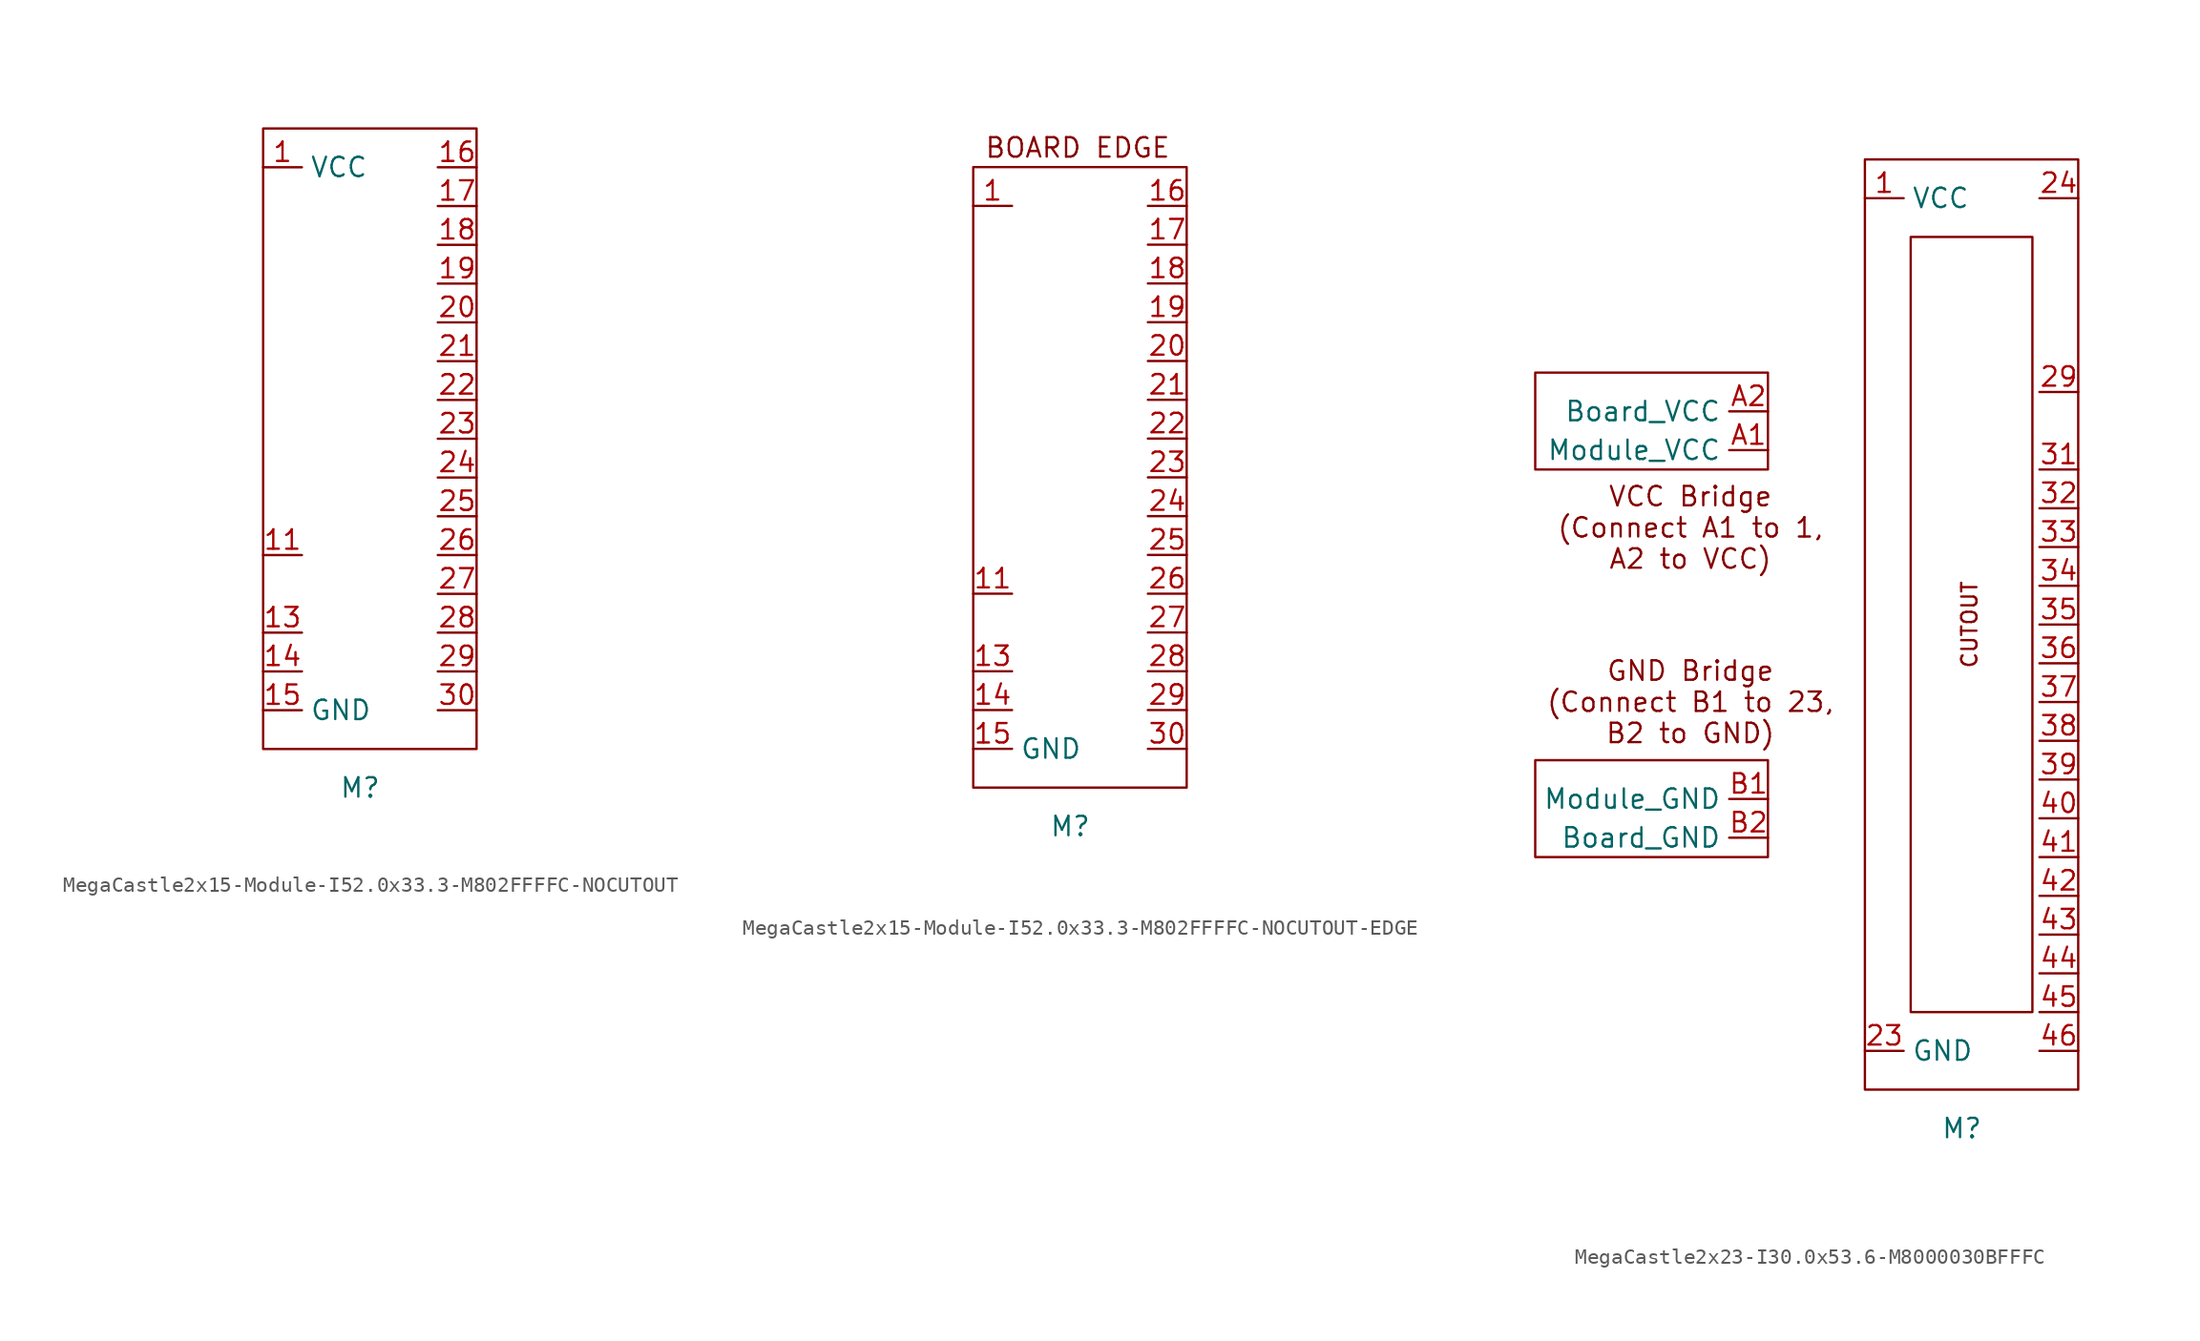
<source format=kicad_sym>
(kicad_symbol_lib
  (version 20231120)
  (generator "kicad_symbol_editor")
  (generator_version "8.0")
  (symbol "MegaCastle2x15-Module-I52.0x33.3-M802FFFFC-NOCUTOUT"
    (property "Reference" "M"
      (at 0 -22.86 0)
      (effects (font (size 1.27 1.27))))
    (property "Value" ""
      (at 0 5.08 0)
      (effects (font (size 1.27 1.27))))
    (symbol "MegaCastle2x15-Module-I52.0x33.3-M802FFFFC-NOCUTOUT_0_1"
      (rectangle (start -6.35 20.32) (end 7.62 -20.32) (stroke (width 0) (type default)) (fill (type none))))
    (symbol "MegaCastle2x15-Module-I52.0x33.3-M802FFFFC-NOCUTOUT_1_1"
      (pin bidirectional line (at -6.35 17.78 0) (length 2.54) (name "VCC" (effects (font (size 1.27 1.27)))) (number "1" (effects (font (size 1.27 1.27)))))
      (pin bidirectional line (at -6.35 -7.62 0) (length 2.54) (name "" (effects (font (size 1.27 1.27)))) (number "11" (effects (font (size 1.27 1.27)))))
      (pin bidirectional line (at -6.35 -12.7 0) (length 2.54) (name "" (effects (font (size 1.27 1.27)))) (number "13" (effects (font (size 1.27 1.27)))))
      (pin bidirectional line (at -6.35 -15.24 0) (length 2.54) (name "" (effects (font (size 1.27 1.27)))) (number "14" (effects (font (size 1.27 1.27)))))
      (pin bidirectional line (at -6.35 -17.78 0) (length 2.54) (name "GND" (effects (font (size 1.27 1.27)))) (number "15" (effects (font (size 1.27 1.27)))))
      (pin bidirectional line (at 7.62 17.78 180) (length 2.54) (name "" (effects (font (size 1.27 1.27)))) (number "16" (effects (font (size 1.27 1.27)))))
      (pin bidirectional line (at 7.62 15.24 180) (length 2.54) (name "" (effects (font (size 1.27 1.27)))) (number "17" (effects (font (size 1.27 1.27)))))
      (pin bidirectional line (at 7.62 12.7 180) (length 2.54) (name "" (effects (font (size 1.27 1.27)))) (number "18" (effects (font (size 1.27 1.27)))))
      (pin bidirectional line (at 7.62 10.16 180) (length 2.54) (name "" (effects (font (size 1.27 1.27)))) (number "19" (effects (font (size 1.27 1.27)))))
      (pin bidirectional line (at 7.62 7.62 180) (length 2.54) (name "" (effects (font (size 1.27 1.27)))) (number "20" (effects (font (size 1.27 1.27)))))
      (pin bidirectional line (at 7.62 5.08 180) (length 2.54) (name "" (effects (font (size 1.27 1.27)))) (number "21" (effects (font (size 1.27 1.27)))))
      (pin bidirectional line (at 7.62 2.54 180) (length 2.54) (name "" (effects (font (size 1.27 1.27)))) (number "22" (effects (font (size 1.27 1.27)))))
      (pin bidirectional line (at 7.62 0 180) (length 2.54) (name "" (effects (font (size 1.27 1.27)))) (number "23" (effects (font (size 1.27 1.27)))))
      (pin bidirectional line (at 7.62 -2.54 180) (length 2.54) (name "" (effects (font (size 1.27 1.27)))) (number "24" (effects (font (size 1.27 1.27)))))
      (pin bidirectional line (at 7.62 -5.08 180) (length 2.54) (name "" (effects (font (size 1.27 1.27)))) (number "25" (effects (font (size 1.27 1.27)))))
      (pin bidirectional line (at 7.62 -7.62 180) (length 2.54) (name "" (effects (font (size 1.27 1.27)))) (number "26" (effects (font (size 1.27 1.27)))))
      (pin bidirectional line (at 7.62 -10.16 180) (length 2.54) (name "" (effects (font (size 1.27 1.27)))) (number "27" (effects (font (size 1.27 1.27)))))
      (pin bidirectional line (at 7.62 -12.7 180) (length 2.54) (name "" (effects (font (size 1.27 1.27)))) (number "28" (effects (font (size 1.27 1.27)))))
      (pin bidirectional line (at 7.62 -15.24 180) (length 2.54) (name "" (effects (font (size 1.27 1.27)))) (number "29" (effects (font (size 1.27 1.27)))))
      (pin bidirectional line (at 7.62 -17.78 180) (length 2.54) (name "" (effects (font (size 1.27 1.27)))) (number "30" (effects (font (size 1.27 1.27)))))))
  (symbol "MegaCastle2x15-Module-I52.0x33.3-M802FFFFC-NOCUTOUT-EDGE"
    (property "Reference" "M"
      (at 0 -22.86 0)
      (effects (font (size 1.27 1.27))))
    (property "Value" ""
      (at 0 5.08 0)
      (effects (font (size 1.27 1.27))))
    (symbol "MegaCastle2x15-Module-I52.0x33.3-M802FFFFC-NOCUTOUT-EDGE_0_1"
      (rectangle (start -6.35 20.32) (end 7.62 -20.32) (stroke (width 0) (type default)) (fill (type none))))
    (symbol "MegaCastle2x15-Module-I52.0x33.3-M802FFFFC-NOCUTOUT-EDGE_1_1"
      (text " BOARD EDGE" (at 0 21.59 0) (effects (font (size 1.27 1.27))))
      (pin bidirectional line (at -6.35 17.78 0) (length 2.54) (name "" (effects (font (size 1.27 1.27)))) (number "1" (effects (font (size 1.27 1.27)))))
      (pin bidirectional line (at -6.35 -7.62 0) (length 2.54) (name "" (effects (font (size 1.27 1.27)))) (number "11" (effects (font (size 1.27 1.27)))))
      (pin bidirectional line (at -6.35 -12.7 0) (length 2.54) (name "" (effects (font (size 1.27 1.27)))) (number "13" (effects (font (size 1.27 1.27)))))
      (pin bidirectional line (at -6.35 -15.24 0) (length 2.54) (name "" (effects (font (size 1.27 1.27)))) (number "14" (effects (font (size 1.27 1.27)))))
      (pin bidirectional line (at -6.35 -17.78 0) (length 2.54) (name "GND" (effects (font (size 1.27 1.27)))) (number "15" (effects (font (size 1.27 1.27)))))
      (pin bidirectional line (at 7.62 17.78 180) (length 2.54) (name "" (effects (font (size 1.27 1.27)))) (number "16" (effects (font (size 1.27 1.27)))))
      (pin bidirectional line (at 7.62 15.24 180) (length 2.54) (name "" (effects (font (size 1.27 1.27)))) (number "17" (effects (font (size 1.27 1.27)))))
      (pin bidirectional line (at 7.62 12.7 180) (length 2.54) (name "" (effects (font (size 1.27 1.27)))) (number "18" (effects (font (size 1.27 1.27)))))
      (pin bidirectional line (at 7.62 10.16 180) (length 2.54) (name "" (effects (font (size 1.27 1.27)))) (number "19" (effects (font (size 1.27 1.27)))))
      (pin bidirectional line (at 7.62 7.62 180) (length 2.54) (name "" (effects (font (size 1.27 1.27)))) (number "20" (effects (font (size 1.27 1.27)))))
      (pin bidirectional line (at 7.62 5.08 180) (length 2.54) (name "" (effects (font (size 1.27 1.27)))) (number "21" (effects (font (size 1.27 1.27)))))
      (pin bidirectional line (at 7.62 2.54 180) (length 2.54) (name "" (effects (font (size 1.27 1.27)))) (number "22" (effects (font (size 1.27 1.27)))))
      (pin bidirectional line (at 7.62 0 180) (length 2.54) (name "" (effects (font (size 1.27 1.27)))) (number "23" (effects (font (size 1.27 1.27)))))
      (pin bidirectional line (at 7.62 -2.54 180) (length 2.54) (name "" (effects (font (size 1.27 1.27)))) (number "24" (effects (font (size 1.27 1.27)))))
      (pin bidirectional line (at 7.62 -5.08 180) (length 2.54) (name "" (effects (font (size 1.27 1.27)))) (number "25" (effects (font (size 1.27 1.27)))))
      (pin bidirectional line (at 7.62 -7.62 180) (length 2.54) (name "" (effects (font (size 1.27 1.27)))) (number "26" (effects (font (size 1.27 1.27)))))
      (pin bidirectional line (at 7.62 -10.16 180) (length 2.54) (name "" (effects (font (size 1.27 1.27)))) (number "27" (effects (font (size 1.27 1.27)))))
      (pin bidirectional line (at 7.62 -12.7 180) (length 2.54) (name "" (effects (font (size 1.27 1.27)))) (number "28" (effects (font (size 1.27 1.27)))))
      (pin bidirectional line (at 7.62 -15.24 180) (length 2.54) (name "" (effects (font (size 1.27 1.27)))) (number "29" (effects (font (size 1.27 1.27)))))
      (pin bidirectional line (at 7.62 -17.78 180) (length 2.54) (name "" (effects (font (size 1.27 1.27)))) (number "30" (effects (font (size 1.27 1.27)))))))
  (symbol "MegaCastle2x23-I30.0x53.6-M8000030BFFFC"
    (property "Reference" "M"
      (at 0 -33.02 0)
      (effects (font (size 1.27 1.27))))
    (property "Value" ""
      (at 0 5.08 0)
      (effects (font (size 1.27 1.27))))
    (symbol "MegaCastle2x23-I30.0x53.6-M8000030BFFFC_0_1"
      (rectangle (start -27.94 16.51) (end -12.7 10.16) (stroke (width 0) (type default)) (fill (type none)))
      (rectangle (start -27.94 -8.89) (end -12.7 -15.24) (stroke (width 0) (type default)) (fill (type none)))
      (rectangle (start -6.35 30.48) (end 7.62 -30.48) (stroke (width 0) (type default)) (fill (type none)))
      (rectangle (start -3.35 25.4) (end 4.62 -25.4) (stroke (width 0) (type default)) (fill (type none))))
    (symbol "MegaCastle2x23-I30.0x53.6-M8000030BFFFC_1_1"
      (text "GND Bridge\n(Connect B1 to 23,\nB2 to GND)" (at -17.78 -5.08 0) (effects (font (size 1.27 1.27))))
      (text "VCC Bridge\n(Connect A1 to 1,\nA2 to VCC)" (at -17.78 6.35 0) (effects (font (size 1.27 1.27))))
      (text "CUTOUT" (at 0.5 0 900) (effects (font (size 1 1))))
      (pin bidirectional line (at -6.35 27.94 0) (length 2.54) (name "VCC" (effects (font (size 1.27 1.27)))) (number "1" (effects (font (size 1.27 1.27)))))
      (pin bidirectional line (at -6.35 -27.94 0) (length 2.54) (name "GND" (effects (font (size 1.27 1.27)))) (number "23" (effects (font (size 1.27 1.27)))))
      (pin bidirectional line (at 7.62 27.94 180) (length 2.54) (name "" (effects (font (size 1.27 1.27)))) (number "24" (effects (font (size 1.27 1.27)))))
      (pin bidirectional line (at 7.62 15.24 180) (length 2.54) (name "" (effects (font (size 1.27 1.27)))) (number "29" (effects (font (size 1.27 1.27)))))
      (pin bidirectional line (at 7.62 10.16 180) (length 2.54) (name "" (effects (font (size 1.27 1.27)))) (number "31" (effects (font (size 1.27 1.27)))))
      (pin bidirectional line (at 7.62 7.62 180) (length 2.54) (name "" (effects (font (size 1.27 1.27)))) (number "32" (effects (font (size 1.27 1.27)))))
      (pin bidirectional line (at 7.62 5.08 180) (length 2.54) (name "" (effects (font (size 1.27 1.27)))) (number "33" (effects (font (size 1.27 1.27)))))
      (pin bidirectional line (at 7.62 2.54 180) (length 2.54) (name "" (effects (font (size 1.27 1.27)))) (number "34" (effects (font (size 1.27 1.27)))))
      (pin bidirectional line (at 7.62 0 180) (length 2.54) (name "" (effects (font (size 1.27 1.27)))) (number "35" (effects (font (size 1.27 1.27)))))
      (pin bidirectional line (at 7.62 -2.54 180) (length 2.54) (name "" (effects (font (size 1.27 1.27)))) (number "36" (effects (font (size 1.27 1.27)))))
      (pin bidirectional line (at 7.62 -5.08 180) (length 2.54) (name "" (effects (font (size 1.27 1.27)))) (number "37" (effects (font (size 1.27 1.27)))))
      (pin bidirectional line (at 7.62 -7.62 180) (length 2.54) (name "" (effects (font (size 1.27 1.27)))) (number "38" (effects (font (size 1.27 1.27)))))
      (pin bidirectional line (at 7.62 -10.16 180) (length 2.54) (name "" (effects (font (size 1.27 1.27)))) (number "39" (effects (font (size 1.27 1.27)))))
      (pin bidirectional line (at 7.62 -12.7 180) (length 2.54) (name "" (effects (font (size 1.27 1.27)))) (number "40" (effects (font (size 1.27 1.27)))))
      (pin bidirectional line (at 7.62 -15.24 180) (length 2.54) (name "" (effects (font (size 1.27 1.27)))) (number "41" (effects (font (size 1.27 1.27)))))
      (pin bidirectional line (at 7.62 -17.78 180) (length 2.54) (name "" (effects (font (size 1.27 1.27)))) (number "42" (effects (font (size 1.27 1.27)))))
      (pin bidirectional line (at 7.62 -20.32 180) (length 2.54) (name "" (effects (font (size 1.27 1.27)))) (number "43" (effects (font (size 1.27 1.27)))))
      (pin bidirectional line (at 7.62 -22.86 180) (length 2.54) (name "" (effects (font (size 1.27 1.27)))) (number "44" (effects (font (size 1.27 1.27)))))
      (pin bidirectional line (at 7.62 -25.4 180) (length 2.54) (name "" (effects (font (size 1.27 1.27)))) (number "45" (effects (font (size 1.27 1.27)))))
      (pin bidirectional line (at 7.62 -27.94 180) (length 2.54) (name "" (effects (font (size 1.27 1.27)))) (number "46" (effects (font (size 1.27 1.27)))))
      (pin bidirectional line (at -12.7 11.43 180) (length 2.54) (name "Module_VCC" (effects (font (size 1.27 1.27)))) (number "A1" (effects (font (size 1.27 1.27)))))
      (pin bidirectional line (at -12.7 13.97 180) (length 2.54) (name "Board_VCC" (effects (font (size 1.27 1.27)))) (number "A2" (effects (font (size 1.27 1.27)))))
      (pin bidirectional line (at -12.7 -11.43 180) (length 2.54) (name "Module_GND" (effects (font (size 1.27 1.27)))) (number "B1" (effects (font (size 1.27 1.27)))))
      (pin bidirectional line (at -12.7 -13.97 180) (length 2.54) (name "Board_GND" (effects (font (size 1.27 1.27)))) (number "B2" (effects (font (size 1.27 1.27))))))))
</source>
